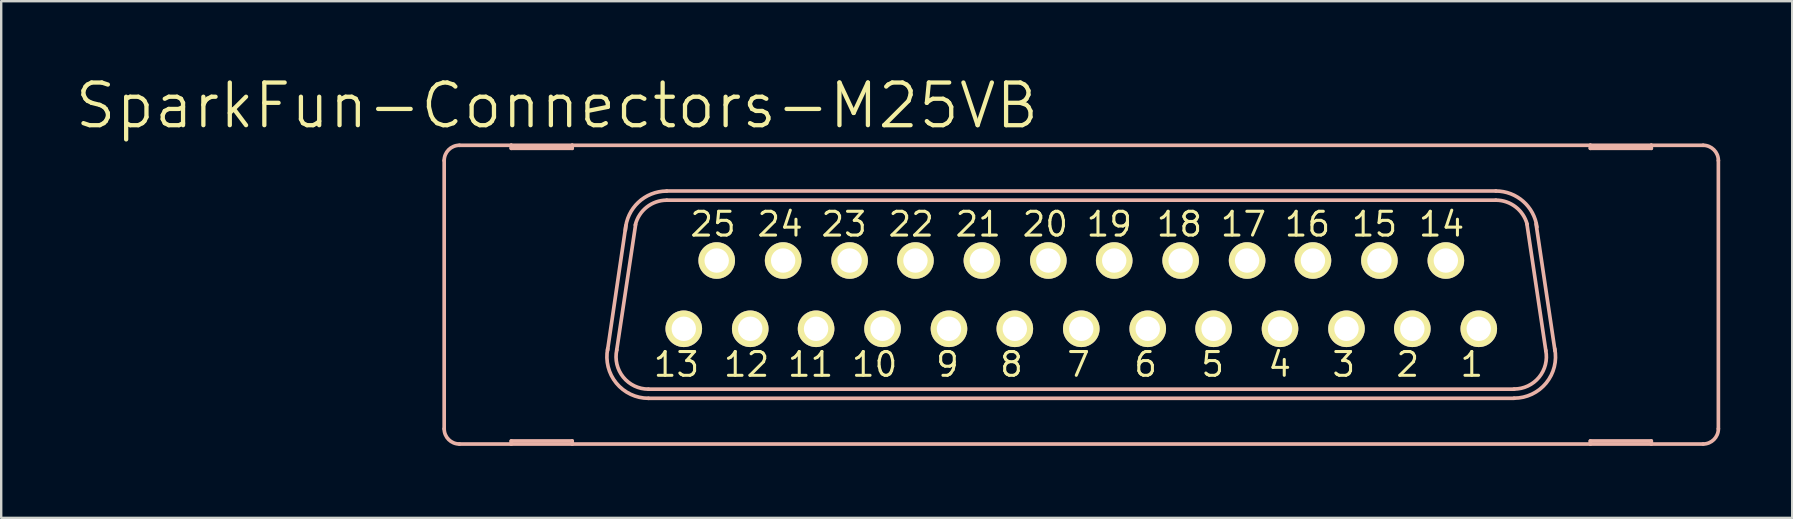
<source format=kicad_pcb>
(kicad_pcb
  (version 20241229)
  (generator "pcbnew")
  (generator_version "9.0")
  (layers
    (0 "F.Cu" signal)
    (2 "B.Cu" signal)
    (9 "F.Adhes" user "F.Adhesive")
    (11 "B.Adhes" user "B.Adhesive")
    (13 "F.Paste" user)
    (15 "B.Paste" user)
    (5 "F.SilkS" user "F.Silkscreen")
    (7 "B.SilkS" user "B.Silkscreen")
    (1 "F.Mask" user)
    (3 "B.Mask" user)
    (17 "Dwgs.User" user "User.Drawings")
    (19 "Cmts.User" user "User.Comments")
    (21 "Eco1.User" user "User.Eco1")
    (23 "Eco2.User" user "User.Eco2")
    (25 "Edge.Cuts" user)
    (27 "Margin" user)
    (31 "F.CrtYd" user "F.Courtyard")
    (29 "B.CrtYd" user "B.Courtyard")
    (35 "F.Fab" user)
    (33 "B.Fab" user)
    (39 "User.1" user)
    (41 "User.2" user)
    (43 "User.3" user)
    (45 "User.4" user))
  (footprint "SparkFun-Connectors-M25VB"
    (layer "F.Cu")
    (at 41.999 9.226)
    (property "Reference" "SparkFun-Connectors-M25VB" (at -21.844 -7.874 0) (layer "F.SilkS") (effects (font (size 1.778 1.778) (thickness 0.178))))
    (attr exclude_from_pos_files exclude_from_bom)
    (fp_circle (center -16.561 1.422) (end -16.688 1.549) (stroke (width 0.203) (type solid)) (fill no) (layer "F.SilkS"))
    (fp_circle (center -15.189 -1.422) (end -15.316 -1.549) (stroke (width 0.203) (type solid)) (fill no) (layer "F.SilkS"))
    (fp_circle (center -13.792 1.422) (end -13.919 1.549) (stroke (width 0.203) (type solid)) (fill no) (layer "F.SilkS"))
    (fp_circle (center -12.421 -1.422) (end -12.548 -1.549) (stroke (width 0.203) (type solid)) (fill no) (layer "F.SilkS"))
    (fp_circle (center -11.049 1.422) (end -11.176 1.549) (stroke (width 0.203) (type solid)) (fill no) (layer "F.SilkS"))
    (fp_circle (center -9.652 -1.422) (end -9.779 -1.549) (stroke (width 0.203) (type solid)) (fill no) (layer "F.SilkS"))
    (fp_circle (center -8.28 1.422) (end -8.407 1.549) (stroke (width 0.203) (type solid)) (fill no) (layer "F.SilkS"))
    (fp_circle (center -6.909 -1.422) (end -7.036 -1.549) (stroke (width 0.203) (type solid)) (fill no) (layer "F.SilkS"))
    (fp_circle (center -5.512 1.422) (end -5.639 1.549) (stroke (width 0.203) (type solid)) (fill no) (layer "F.SilkS"))
    (fp_circle (center -4.14 -1.422) (end -4.267 -1.549) (stroke (width 0.203) (type solid)) (fill no) (layer "F.SilkS"))
    (fp_circle (center -2.769 1.422) (end -2.896 1.549) (stroke (width 0.203) (type solid)) (fill no) (layer "F.SilkS"))
    (fp_circle (center -1.372 -1.422) (end -1.499 -1.549) (stroke (width 0.203) (type solid)) (fill no) (layer "F.SilkS"))
    (fp_circle (center 0 1.422) (end -0.127 1.549) (stroke (width 0.203) (type solid)) (fill no) (layer "F.SilkS"))
    (fp_circle (center 1.372 -1.422) (end 1.499 -1.549) (stroke (width 0.203) (type solid)) (fill no) (layer "F.SilkS"))
    (fp_circle (center 2.769 1.422) (end 2.896 1.549) (stroke (width 0.203) (type solid)) (fill no) (layer "F.SilkS"))
    (fp_circle (center 4.14 -1.422) (end 4.267 -1.549) (stroke (width 0.203) (type solid)) (fill no) (layer "F.SilkS"))
    (fp_circle (center 5.512 1.422) (end 5.639 1.549) (stroke (width 0.203) (type solid)) (fill no) (layer "F.SilkS"))
    (fp_circle (center 6.909 -1.422) (end 7.036 -1.549) (stroke (width 0.203) (type solid)) (fill no) (layer "F.SilkS"))
    (fp_circle (center 8.28 1.422) (end 8.407 1.549) (stroke (width 0.203) (type solid)) (fill no) (layer "F.SilkS"))
    (fp_circle (center 9.652 -1.422) (end 9.779 -1.549) (stroke (width 0.203) (type solid)) (fill no) (layer "F.SilkS"))
    (fp_circle (center 11.049 1.422) (end 11.176 1.549) (stroke (width 0.203) (type solid)) (fill no) (layer "F.SilkS"))
    (fp_circle (center 12.421 -1.422) (end 12.548 -1.549) (stroke (width 0.203) (type solid)) (fill no) (layer "F.SilkS"))
    (fp_circle (center 13.792 1.422) (end 13.919 1.549) (stroke (width 0.203) (type solid)) (fill no) (layer "F.SilkS"))
    (fp_circle (center 15.189 -1.422) (end 15.316 -1.549) (stroke (width 0.203) (type solid)) (fill no) (layer "F.SilkS"))
    (fp_circle (center 16.561 1.422) (end 16.688 1.549) (stroke (width 0.203) (type solid)) (fill no) (layer "F.SilkS"))
    (fp_line (start -26.543 5.588) (end -26.543 -5.588) (stroke (width 0.152) (type solid)) (layer "B.SilkS"))
    (fp_line (start -25.908 6.223) (end -23.749 6.223) (stroke (width 0.152) (type solid)) (layer "B.SilkS"))
    (fp_line (start -23.749 -6.223) (end -25.908 -6.223) (stroke (width 0.152) (type solid)) (layer "B.SilkS"))
    (fp_line (start -23.749 -6.096) (end -23.749 -6.223) (stroke (width 0.152) (type solid)) (layer "B.SilkS"))
    (fp_line (start -23.749 6.096) (end -23.749 6.223) (stroke (width 0.152) (type solid)) (layer "B.SilkS"))
    (fp_line (start -23.749 6.223) (end -21.209 6.223) (stroke (width 0.152) (type solid)) (layer "B.SilkS"))
    (fp_line (start -21.209 -6.223) (end -23.749 -6.223) (stroke (width 0.152) (type solid)) (layer "B.SilkS"))
    (fp_line (start -21.209 -6.223) (end -21.209 -6.096) (stroke (width 0.152) (type solid)) (layer "B.SilkS"))
    (fp_line (start -21.209 -6.096) (end -23.749 -6.096) (stroke (width 0.152) (type solid)) (layer "B.SilkS"))
    (fp_line (start -21.209 6.096) (end -23.749 6.096) (stroke (width 0.152) (type solid)) (layer "B.SilkS"))
    (fp_line (start -21.209 6.223) (end -21.209 6.096) (stroke (width 0.152) (type solid)) (layer "B.SilkS"))
    (fp_line (start -21.209 6.223) (end 21.209 6.223) (stroke (width 0.152) (type solid)) (layer "B.SilkS"))
    (fp_line (start -19.736 2.311) (end -18.974 -2.87) (stroke (width 0.152) (type solid)) (layer "B.SilkS"))
    (fp_line (start -19.355 2.311) (end -18.567 -2.921) (stroke (width 0.152) (type solid)) (layer "B.SilkS"))
    (fp_line (start 17.272 -4.318) (end -17.272 -4.318) (stroke (width 0.152) (type solid)) (layer "B.SilkS"))
    (fp_line (start 17.272 -3.937) (end -17.272 -3.937) (stroke (width 0.152) (type solid)) (layer "B.SilkS"))
    (fp_line (start 18.034 3.937) (end -18.034 3.937) (stroke (width 0.152) (type solid)) (layer "B.SilkS"))
    (fp_line (start 18.034 4.318) (end -18.034 4.318) (stroke (width 0.152) (type solid)) (layer "B.SilkS"))
    (fp_line (start 18.567 -2.946) (end 19.355 2.337) (stroke (width 0.152) (type solid)) (layer "B.SilkS"))
    (fp_line (start 18.948 -2.946) (end 19.736 2.337) (stroke (width 0.152) (type solid)) (layer "B.SilkS"))
    (fp_line (start 21.209 -6.223) (end -21.209 -6.223) (stroke (width 0.152) (type solid)) (layer "B.SilkS"))
    (fp_line (start 21.209 -6.096) (end 21.209 -6.223) (stroke (width 0.152) (type solid)) (layer "B.SilkS"))
    (fp_line (start 21.209 6.096) (end 21.209 6.223) (stroke (width 0.152) (type solid)) (layer "B.SilkS"))
    (fp_line (start 21.209 6.223) (end 23.749 6.223) (stroke (width 0.152) (type solid)) (layer "B.SilkS"))
    (fp_line (start 23.749 -6.223) (end 21.209 -6.223) (stroke (width 0.152) (type solid)) (layer "B.SilkS"))
    (fp_line (start 23.749 -6.223) (end 23.749 -6.096) (stroke (width 0.152) (type solid)) (layer "B.SilkS"))
    (fp_line (start 23.749 -6.096) (end 21.209 -6.096) (stroke (width 0.152) (type solid)) (layer "B.SilkS"))
    (fp_line (start 23.749 6.096) (end 21.209 6.096) (stroke (width 0.152) (type solid)) (layer "B.SilkS"))
    (fp_line (start 23.749 6.223) (end 23.749 6.096) (stroke (width 0.152) (type solid)) (layer "B.SilkS"))
    (fp_line (start 23.749 6.223) (end 25.908 6.223) (stroke (width 0.152) (type solid)) (layer "B.SilkS"))
    (fp_line (start 25.908 -6.223) (end 23.749 -6.223) (stroke (width 0.152) (type solid)) (layer "B.SilkS"))
    (fp_line (start 26.543 5.588) (end 26.543 -5.588) (stroke (width 0.152) (type solid)) (layer "B.SilkS"))
    (fp_arc (start -26.543 -5.588) (mid -26.357013 -6.037013) (end -25.908 -6.223) (stroke (width 0.1524) (type solid)) (layer "B.SilkS"))
    (fp_arc (start -25.908 6.223) (mid -26.357013 6.037013) (end -26.543 5.588) (stroke (width 0.1524) (type solid)) (layer "B.SilkS"))
    (fp_arc (start -18.99412 -2.68478) (mid -18.456237 -3.843381) (end -17.269364 -4.315619) (stroke (width 0.1524) (type solid)) (layer "B.SilkS"))
    (fp_arc (start -18.5801 -2.90322) (mid -18.104662 -3.646284) (end -17.271518 -3.936211) (stroke (width 0.1524) (type solid)) (layer "B.SilkS"))
    (fp_arc (start -18.034 3.937) (mid -19.083648 3.435219) (end -19.35228 2.303238) (stroke (width 0.1524) (type solid)) (layer "B.SilkS"))
    (fp_arc (start -18.034 4.318) (mid -19.370628 3.686179) (end -19.730797 2.252285) (stroke (width 0.1524) (type solid)) (layer "B.SilkS"))
    (fp_arc (start 17.272 -4.318) (mid 18.410733 -3.888069) (end 18.984341 -2.814511) (stroke (width 0.1524) (type solid)) (layer "B.SilkS"))
    (fp_arc (start 17.272 -3.937) (mid 18.096791 -3.655415) (end 18.577188 -2.928236) (stroke (width 0.1524) (type solid)) (layer "B.SilkS"))
    (fp_arc (start 19.35226 2.32664) (mid 19.072158 3.441772) (end 18.03224 3.932229) (stroke (width 0.1524) (type solid)) (layer "B.SilkS"))
    (fp_arc (start 19.72564 2.25044) (mid 19.367826 3.682187) (end 18.033801 4.313302) (stroke (width 0.1524) (type solid)) (layer "B.SilkS"))
    (fp_arc (start 25.908 -6.223) (mid 26.357013 -6.037013) (end 26.543 -5.588) (stroke (width 0.1524) (type solid)) (layer "B.SilkS"))
    (fp_arc (start 26.543 5.588) (mid 26.357013 6.037013) (end 25.908 6.223) (stroke (width 0.1524) (type solid)) (layer "B.SilkS"))
    (fp_text user "8" (at -2.908 2.908 180) (layer "F.SilkS") (effects (font (size 0.991 0.991) (thickness 0.127))))
    (fp_text user "9" (at -5.575 2.908 180) (layer "F.SilkS") (effects (font (size 0.991 0.991) (thickness 0.127))))
    (fp_text user "17" (at 6.756 -2.934 180) (layer "F.SilkS") (effects (font (size 0.991 0.991) (thickness 0.127))))
    (fp_text user "12" (at -13.945 2.908 180) (layer "F.SilkS") (effects (font (size 0.991 0.991) (thickness 0.127))))
    (fp_text user "22" (at -7.087 -2.934 180) (layer "F.SilkS") (effects (font (size 0.991 0.991) (thickness 0.127))))
    (fp_text user "7" (at -0.114 2.908 180) (layer "F.SilkS") (effects (font (size 0.991 0.991) (thickness 0.127))))
    (fp_text user "24" (at -12.548 -2.934 180) (layer "F.SilkS") (effects (font (size 0.991 0.991) (thickness 0.127))))
    (fp_text user "6" (at 2.68 2.908 180) (layer "F.SilkS") (effects (font (size 0.991 0.991) (thickness 0.127))))
    (fp_text user "13" (at -16.866 2.908 180) (layer "F.SilkS") (effects (font (size 0.991 0.991) (thickness 0.127))))
    (fp_text user "4" (at 8.268 2.908 180) (layer "F.SilkS") (effects (font (size 0.991 0.991) (thickness 0.127))))
    (fp_text user "10" (at -8.611 2.908 180) (layer "F.SilkS") (effects (font (size 0.991 0.991) (thickness 0.127))))
    (fp_text user "18" (at 4.089 -2.934 180) (layer "F.SilkS") (effects (font (size 0.991 0.991) (thickness 0.127))))
    (fp_text user "25" (at -15.342 -2.934 180) (layer "F.SilkS") (effects (font (size 0.991 0.991) (thickness 0.127))))
    (fp_text user "3" (at 10.935 2.908 180) (layer "F.SilkS") (effects (font (size 0.991 0.991) (thickness 0.127))))
    (fp_text user "2" (at 13.602 2.908 180) (layer "F.SilkS") (effects (font (size 0.991 0.991) (thickness 0.127))))
    (fp_text user "1" (at 16.269 2.908 180) (layer "F.SilkS") (effects (font (size 0.991 0.991) (thickness 0.127))))
    (fp_text user "14" (at 15.011 -2.934 180) (layer "F.SilkS") (effects (font (size 0.991 0.991) (thickness 0.127))))
    (fp_text user "20" (at -1.499 -2.934 180) (layer "F.SilkS") (effects (font (size 0.991 0.991) (thickness 0.127))))
    (fp_text user "21" (at -4.293 -2.934 180) (layer "F.SilkS") (effects (font (size 0.991 0.991) (thickness 0.127))))
    (fp_text user "23" (at -9.881 -2.934 180) (layer "F.SilkS") (effects (font (size 0.991 0.991) (thickness 0.127))))
    (fp_text user "19" (at 1.168 -2.934 180) (layer "F.SilkS") (effects (font (size 0.991 0.991) (thickness 0.127))))
    (fp_text user "5" (at 5.474 2.908 180) (layer "F.SilkS") (effects (font (size 0.991 0.991) (thickness 0.127))))
    (fp_text user "11" (at -11.278 2.908 180) (layer "F.SilkS") (effects (font (size 0.991 0.991) (thickness 0.127))))
    (fp_text user "15" (at 12.217 -2.934 180) (layer "F.SilkS") (effects (font (size 0.991 0.991) (thickness 0.127))))
    (fp_text user "16" (at 9.423 -2.934 180) (layer "F.SilkS") (effects (font (size 0.991 0.991) (thickness 0.127))))
    (pad "1" thru_hole circle (at 16.561 1.422) (size 1.524 1.524) (drill 1.016) (layers "*.Cu" "F.Mask" "F.SilkS" "F.Paste"))
    (pad "2" thru_hole circle (at 13.792 1.422) (size 1.524 1.524) (drill 1.016) (layers "*.Cu" "F.Mask" "F.SilkS" "F.Paste"))
    (pad "3" thru_hole circle (at 11.049 1.422) (size 1.524 1.524) (drill 1.016) (layers "*.Cu" "F.Mask" "F.SilkS" "F.Paste"))
    (pad "4" thru_hole circle (at 8.28 1.422) (size 1.524 1.524) (drill 1.016) (layers "*.Cu" "F.Mask" "F.SilkS" "F.Paste"))
    (pad "5" thru_hole circle (at 5.512 1.422) (size 1.524 1.524) (drill 1.016) (layers "*.Cu" "F.Mask" "F.SilkS" "F.Paste"))
    (pad "6" thru_hole circle (at 2.769 1.422) (size 1.524 1.524) (drill 1.016) (layers "*.Cu" "F.Mask" "F.SilkS" "F.Paste"))
    (pad "7" thru_hole circle (at 0 1.422) (size 1.524 1.524) (drill 1.016) (layers "*.Cu" "F.Mask" "F.SilkS" "F.Paste"))
    (pad "8" thru_hole circle (at -2.769 1.422) (size 1.524 1.524) (drill 1.016) (layers "*.Cu" "F.Mask" "F.SilkS" "F.Paste"))
    (pad "9" thru_hole circle (at -5.512 1.422) (size 1.524 1.524) (drill 1.016) (layers "*.Cu" "F.Mask" "F.SilkS" "F.Paste"))
    (pad "10" thru_hole circle (at -8.28 1.422) (size 1.524 1.524) (drill 1.016) (layers "*.Cu" "F.Mask" "F.SilkS" "F.Paste"))
    (pad "11" thru_hole circle (at -11.049 1.422) (size 1.524 1.524) (drill 1.016) (layers "*.Cu" "F.Mask" "F.SilkS" "F.Paste"))
    (pad "12" thru_hole circle (at -13.792 1.422) (size 1.524 1.524) (drill 1.016) (layers "*.Cu" "F.Mask" "F.SilkS" "F.Paste"))
    (pad "13" thru_hole circle (at -16.561 1.422) (size 1.524 1.524) (drill 1.016) (layers "*.Cu" "F.Mask" "F.SilkS" "F.Paste"))
    (pad "14" thru_hole circle (at 15.189 -1.422) (size 1.524 1.524) (drill 1.016) (layers "*.Cu" "F.Mask" "F.SilkS" "F.Paste"))
    (pad "15" thru_hole circle (at 12.421 -1.422) (size 1.524 1.524) (drill 1.016) (layers "*.Cu" "F.Mask" "F.SilkS" "F.Paste"))
    (pad "16" thru_hole circle (at 9.652 -1.422) (size 1.524 1.524) (drill 1.016) (layers "*.Cu" "F.Mask" "F.SilkS" "F.Paste"))
    (pad "17" thru_hole circle (at 6.909 -1.422) (size 1.524 1.524) (drill 1.016) (layers "*.Cu" "F.Mask" "F.SilkS" "F.Paste"))
    (pad "18" thru_hole circle (at 4.14 -1.422) (size 1.524 1.524) (drill 1.016) (layers "*.Cu" "F.Mask" "F.SilkS" "F.Paste"))
    (pad "19" thru_hole circle (at 1.372 -1.422) (size 1.524 1.524) (drill 1.016) (layers "*.Cu" "F.Mask" "F.SilkS" "F.Paste"))
    (pad "20" thru_hole circle (at -1.372 -1.422) (size 1.524 1.524) (drill 1.016) (layers "*.Cu" "F.Mask" "F.SilkS" "F.Paste"))
    (pad "21" thru_hole circle (at -4.14 -1.422) (size 1.524 1.524) (drill 1.016) (layers "*.Cu" "F.Mask" "F.SilkS" "F.Paste"))
    (pad "22" thru_hole circle (at -6.909 -1.422) (size 1.524 1.524) (drill 1.016) (layers "*.Cu" "F.Mask" "F.SilkS" "F.Paste"))
    (pad "23" thru_hole circle (at -9.652 -1.422) (size 1.524 1.524) (drill 1.016) (layers "*.Cu" "F.Mask" "F.SilkS" "F.Paste"))
    (pad "24" thru_hole circle (at -12.421 -1.422) (size 1.524 1.524) (drill 1.016) (layers "*.Cu" "F.Mask" "F.SilkS" "F.Paste"))
    (pad "25" thru_hole circle (at -15.189 -1.422) (size 1.524 1.524) (drill 1.016) (layers "*.Cu" "F.Mask" "F.SilkS" "F.Paste")))
  (gr_rect
    (start -3 -3)
    (end 71.618 18.525)
    (stroke (width 0.1) (type default))
    (fill no)
    (layer "Edge.Cuts")))
</source>
